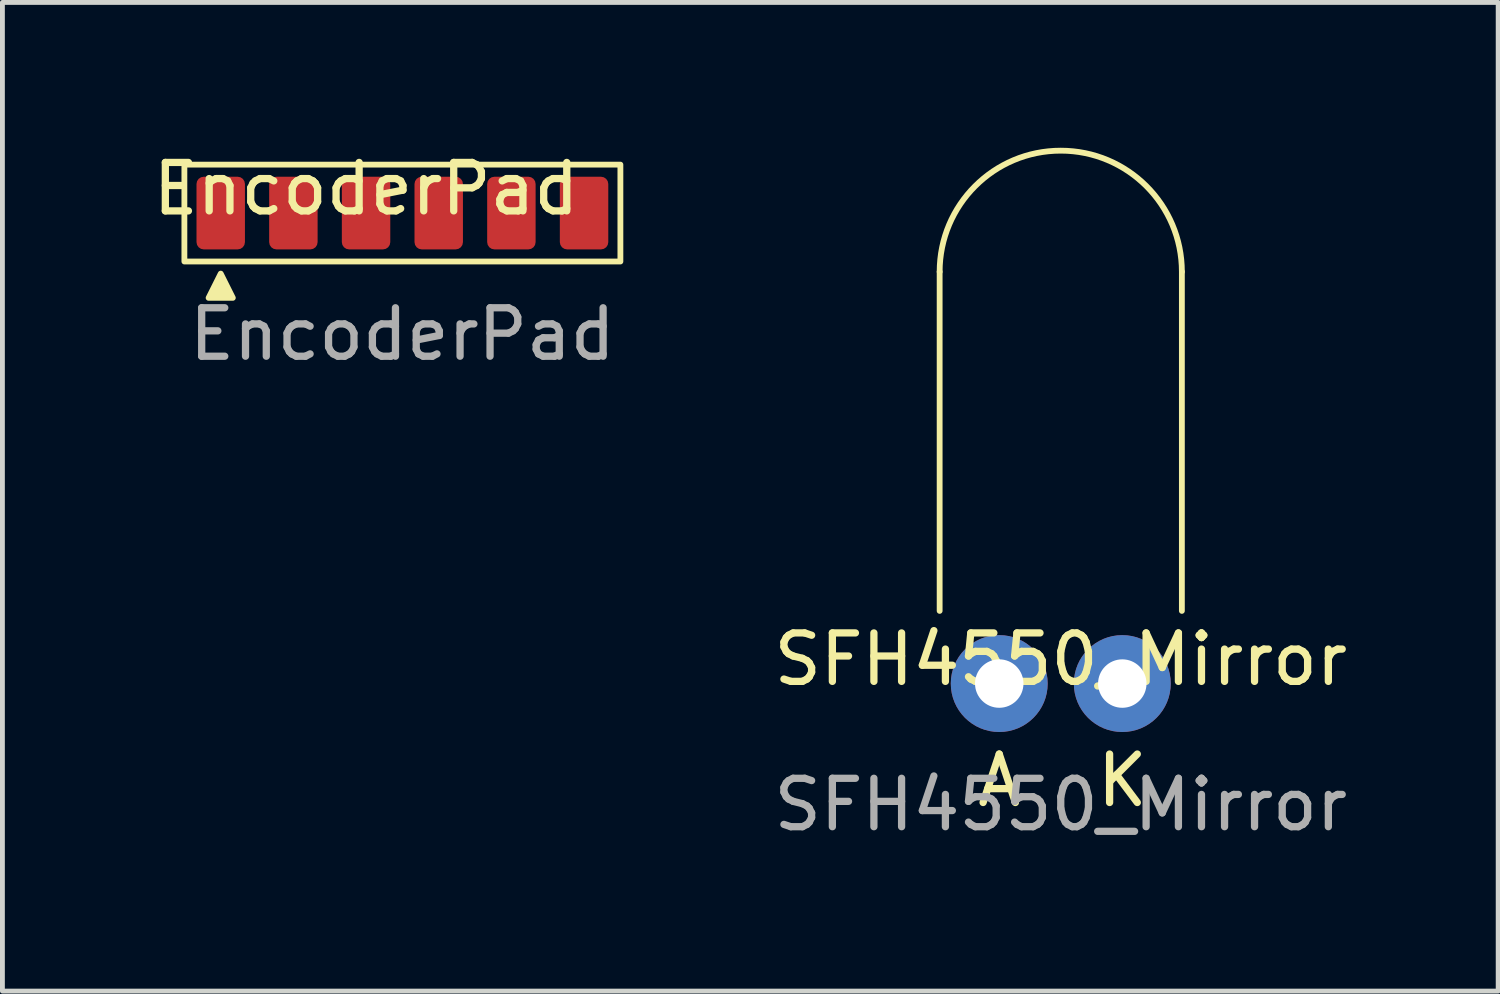
<source format=kicad_pcb>
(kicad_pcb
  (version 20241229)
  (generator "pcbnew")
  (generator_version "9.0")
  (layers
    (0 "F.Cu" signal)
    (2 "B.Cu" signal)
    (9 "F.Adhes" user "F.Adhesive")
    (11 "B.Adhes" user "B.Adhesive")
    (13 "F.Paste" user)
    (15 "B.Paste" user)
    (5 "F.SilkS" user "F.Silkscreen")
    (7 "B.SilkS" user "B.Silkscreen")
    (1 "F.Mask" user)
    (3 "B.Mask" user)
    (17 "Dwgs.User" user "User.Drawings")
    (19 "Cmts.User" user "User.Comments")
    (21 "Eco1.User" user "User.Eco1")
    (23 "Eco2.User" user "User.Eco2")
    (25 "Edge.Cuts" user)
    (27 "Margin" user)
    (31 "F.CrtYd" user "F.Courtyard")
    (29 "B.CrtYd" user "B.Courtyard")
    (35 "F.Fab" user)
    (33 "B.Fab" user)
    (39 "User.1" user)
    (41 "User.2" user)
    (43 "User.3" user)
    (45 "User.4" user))
  (footprint "EncoderPad"
    (layer "F.Cu")
    (at 5.256 1.348)
    (property "Reference" "EncoderPad" (at -0.75 -0.5 0) (unlocked yes) (layer "F.SilkS") (effects (font (size 1 1) (thickness 0.15))))
    (attr smd)
    (fp_rect (start -4.5 -1) (end 4.5 1) (stroke (width 0.12) (type default)) (fill no) (layer "F.SilkS"))
    (fp_poly (pts (xy -4 1.75) (xy -3.75 1.25) (xy -3.5 1.75)) (stroke (width 0.12) (type solid)) (fill yes) (layer "F.SilkS"))
    (fp_text user "${REFERENCE}" (at 0 2.5 0) (unlocked yes) (layer "F.Fab") (effects (font (size 1 1) (thickness 0.15))))
    (pad "1" smd roundrect (at -3.75 0) (size 1 1.5) (layers "F.Cu" "F.Mask" "F.Paste") (roundrect_rratio 0.15))
    (pad "2" smd roundrect (at -2.25 0) (size 1 1.5) (layers "F.Cu" "F.Mask" "F.Paste") (roundrect_rratio 0.15))
    (pad "3" smd roundrect (at -0.75 0) (size 1 1.5) (layers "F.Cu" "F.Mask" "F.Paste") (roundrect_rratio 0.15))
    (pad "4" smd roundrect (at 0.75 0) (size 1 1.5) (layers "F.Cu" "F.Mask" "F.Paste") (roundrect_rratio 0.15))
    (pad "5" smd roundrect (at 2.25 0) (size 1 1.5) (layers "F.Cu" "F.Mask" "F.Paste") (roundrect_rratio 0.15))
    (pad "6" smd roundrect (at 3.75 0) (size 1 1.5) (layers "F.Cu" "F.Mask" "F.Paste") (roundrect_rratio 0.15)))
  (footprint "SFH4550_Mirror"
    (layer "F.Cu")
    (at 18.846 11.06)
    (property "Reference" "SFH4550_Mirror" (at 0 -0.5 0) (unlocked yes) (layer "F.SilkS") (effects (font (size 1 1) (thickness 0.15))))
    (attr smd)
    (fp_line (start -2.5 -1.5) (end -2.5 -8.5) (stroke (width 0.12) (type default)) (layer "F.SilkS"))
    (fp_line (start 2.5 -8.5) (end 2.5 -1.5) (stroke (width 0.12) (type default)) (layer "F.SilkS"))
    (fp_arc (start -2.5 -8.5) (mid 0 -11) (end 2.5 -8.5) (stroke (width 0.12) (type default)) (layer "F.SilkS"))
    (fp_text user "K" (at 1.27 2 0) (unlocked yes) (layer "F.SilkS") (effects (font (size 1 1) (thickness 0.15))))
    (fp_text user "A" (at -1.27 2 0) (unlocked yes) (layer "F.SilkS") (effects (font (size 1 1) (thickness 0.15))))
    (fp_text user "${REFERENCE}" (at 0 2.5 0) (unlocked yes) (layer "F.Fab") (effects (font (size 1 1) (thickness 0.15))))
    (pad "1" thru_hole circle (at 1.27 0) (size 2 2) (drill 1) (layers "*.Cu" "*.Mask"))
    (pad "2" thru_hole circle (at -1.27 0) (size 2 2) (drill 1) (layers "*.Cu" "*.Mask")))
  (gr_rect
    (start -3 -3)
    (end 27.875 17.408)
    (stroke (width 0.1) (type default))
    (fill no)
    (layer "Edge.Cuts")))
</source>
